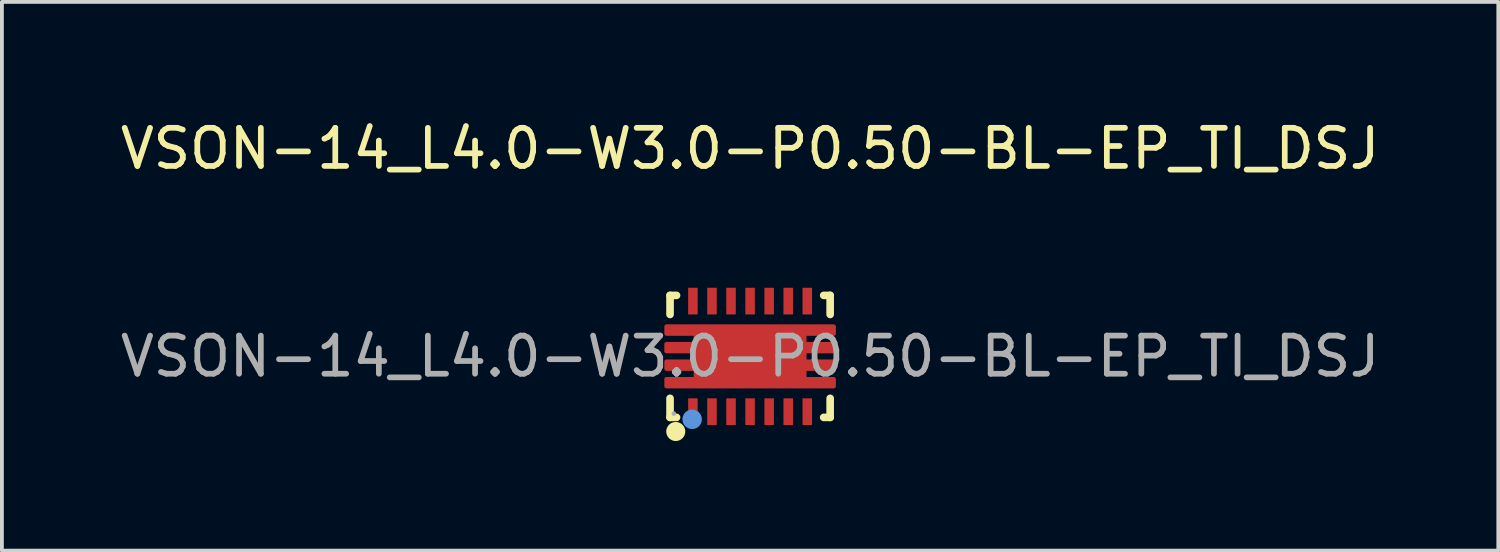
<source format=kicad_pcb>
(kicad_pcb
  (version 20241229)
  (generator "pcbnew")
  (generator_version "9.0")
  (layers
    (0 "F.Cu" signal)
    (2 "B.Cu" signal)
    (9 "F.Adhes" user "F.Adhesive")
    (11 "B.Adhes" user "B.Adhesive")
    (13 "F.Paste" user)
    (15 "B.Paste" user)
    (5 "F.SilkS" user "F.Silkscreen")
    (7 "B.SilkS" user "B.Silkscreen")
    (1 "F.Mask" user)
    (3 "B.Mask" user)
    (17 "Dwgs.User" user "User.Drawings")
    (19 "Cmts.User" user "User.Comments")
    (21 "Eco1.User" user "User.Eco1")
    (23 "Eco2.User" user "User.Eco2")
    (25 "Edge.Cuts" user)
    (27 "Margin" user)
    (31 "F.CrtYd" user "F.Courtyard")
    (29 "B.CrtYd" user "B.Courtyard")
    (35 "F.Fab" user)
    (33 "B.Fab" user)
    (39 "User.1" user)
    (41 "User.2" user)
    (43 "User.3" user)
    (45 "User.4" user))
  (footprint "VSON-14_L4.0-W3.0-P0.50-BL-EP_TI_DSJ"
    (layer "F.Cu")
    (at 16.625 6.298)
    (property "Reference" "VSON-14_L4.0-W3.0-P0.50-BL-EP_TI_DSJ" (at 0 -5.45 0) (layer "F.SilkS") (effects (font (size 1 1) (thickness 0.15))))
    (attr smd)
    (fp_line (start -2.1 -1.6) (end -1.93 -1.6) (stroke (width 0.2) (type solid)) (layer "F.SilkS"))
    (fp_line (start -2.1 -1.1) (end -2.1 -1.6) (stroke (width 0.2) (type solid)) (layer "F.SilkS"))
    (fp_line (start -2.1 1.6) (end -2.1 1.1) (stroke (width 0.2) (type solid)) (layer "F.SilkS"))
    (fp_line (start -1.93 1.6) (end -2.1 1.6) (stroke (width 0.2) (type solid)) (layer "F.SilkS"))
    (fp_line (start 2.1 -1.6) (end 1.93 -1.6) (stroke (width 0.2) (type solid)) (layer "F.SilkS"))
    (fp_line (start 2.1 -1.1) (end 2.1 -1.6) (stroke (width 0.2) (type solid)) (layer "F.SilkS"))
    (fp_line (start 2.1 1.1) (end 2.1 1.6) (stroke (width 0.2) (type solid)) (layer "F.SilkS"))
    (fp_line (start 2.1 1.6) (end 1.93 1.6) (stroke (width 0.2) (type solid)) (layer "F.SilkS"))
    (fp_arc (start -1.95 1.97) (mid -1.95 1.97) (end -1.95 1.97) (stroke (width 0.25) (type solid)) (layer "F.SilkS"))
    (fp_circle (center -1.52 1.65) (end -1.39 1.65) (stroke (width 0.25) (type solid)) (fill no) (layer "Cmts.User"))
    (fp_circle (center -2 1.5) (end -1.97 1.5) (stroke (width 0.06) (type solid)) (fill no) (layer "F.Fab"))
    (fp_text user "${REFERENCE}" (at 0 0 0) (layer "F.Fab") (effects (font (size 1 1) (thickness 0.15))))
    (pad "1" smd rect (at -1.5 1.45) (size 0.25 0.7) (layers "F.Cu" "F.Mask" "F.Paste"))
    (pad "2" smd rect (at -1 1.45) (size 0.25 0.7) (layers "F.Cu" "F.Mask" "F.Paste"))
    (pad "3" smd rect (at -0.5 1.45) (size 0.25 0.7) (layers "F.Cu" "F.Mask" "F.Paste"))
    (pad "4" smd rect (at 0 1.45) (size 0.25 0.7) (layers "F.Cu" "F.Mask" "F.Paste"))
    (pad "5" smd rect (at 0.5 1.45) (size 0.25 0.7) (layers "F.Cu" "F.Mask" "F.Paste"))
    (pad "6" smd rect (at 1 1.45) (size 0.25 0.7) (layers "F.Cu" "F.Mask" "F.Paste"))
    (pad "7" smd rect (at 1.5 1.45) (size 0.25 0.7) (layers "F.Cu" "F.Mask" "F.Paste"))
    (pad "8" smd rect (at 1.5 -1.45) (size 0.25 0.7) (layers "F.Cu" "F.Mask" "F.Paste"))
    (pad "9" smd rect (at 1 -1.45) (size 0.25 0.7) (layers "F.Cu" "F.Mask" "F.Paste"))
    (pad "10" smd rect (at 0.5 -1.45 180) (size 0.25 0.7) (layers "F.Cu" "F.Mask" "F.Paste"))
    (pad "11" smd rect (at 0 -1.45 180) (size 0.25 0.7) (layers "F.Cu" "F.Mask" "F.Paste"))
    (pad "12" smd rect (at -0.5 -1.45 180) (size 0.25 0.7) (layers "F.Cu" "F.Mask" "F.Paste"))
    (pad "13" smd rect (at -1 -1.45 180) (size 0.25 0.7) (layers "F.Cu" "F.Mask" "F.Paste"))
    (pad "14" smd rect (at -1.5 -1.45 180) (size 0.25 0.7) (layers "F.Cu" "F.Mask" "F.Paste"))
    (pad "15" smd custom (at 0 0) (size 1 1) (layers "F.Cu" "F.Mask" "F.Paste") (options (anchor circle)) (primitives (gr_poly (pts (xy -2.2 -0.79) (xy -2.2 -0.59) (xy -1.43 -0.59) (xy -1.43 -0.33) (xy -2.2 -0.33) (xy -2.2 -0.13) (xy -1.43 -0.13) (xy -1.43 0.13) (xy -2.2 0.13) (xy -2.2 0.33) (xy -1.43 0.33) (xy -1.43 0.59) (xy -2.2 0.59) (xy -2.2 0.79) (xy 2.2 0.79) (xy 2.2 0.59) (xy 1.43 0.59) (xy 1.43 0.33) (xy 2.2 0.33) (xy 2.2 0.13) (xy 1.43 0.13) (xy 1.43 -0.13) (xy 2.2 -0.13) (xy 2.2 -0.33) (xy 1.43 -0.33) (xy 1.43 -0.59) (xy 2.2 -0.59) (xy 2.2 -0.79) (xy -2.2 -0.79)) (width 0.1) (fill yes)))))
  (gr_rect
    (start -3 -3)
    (end 36.25 11.393)
    (stroke (width 0.1) (type default))
    (fill no)
    (layer "Edge.Cuts")))
</source>
